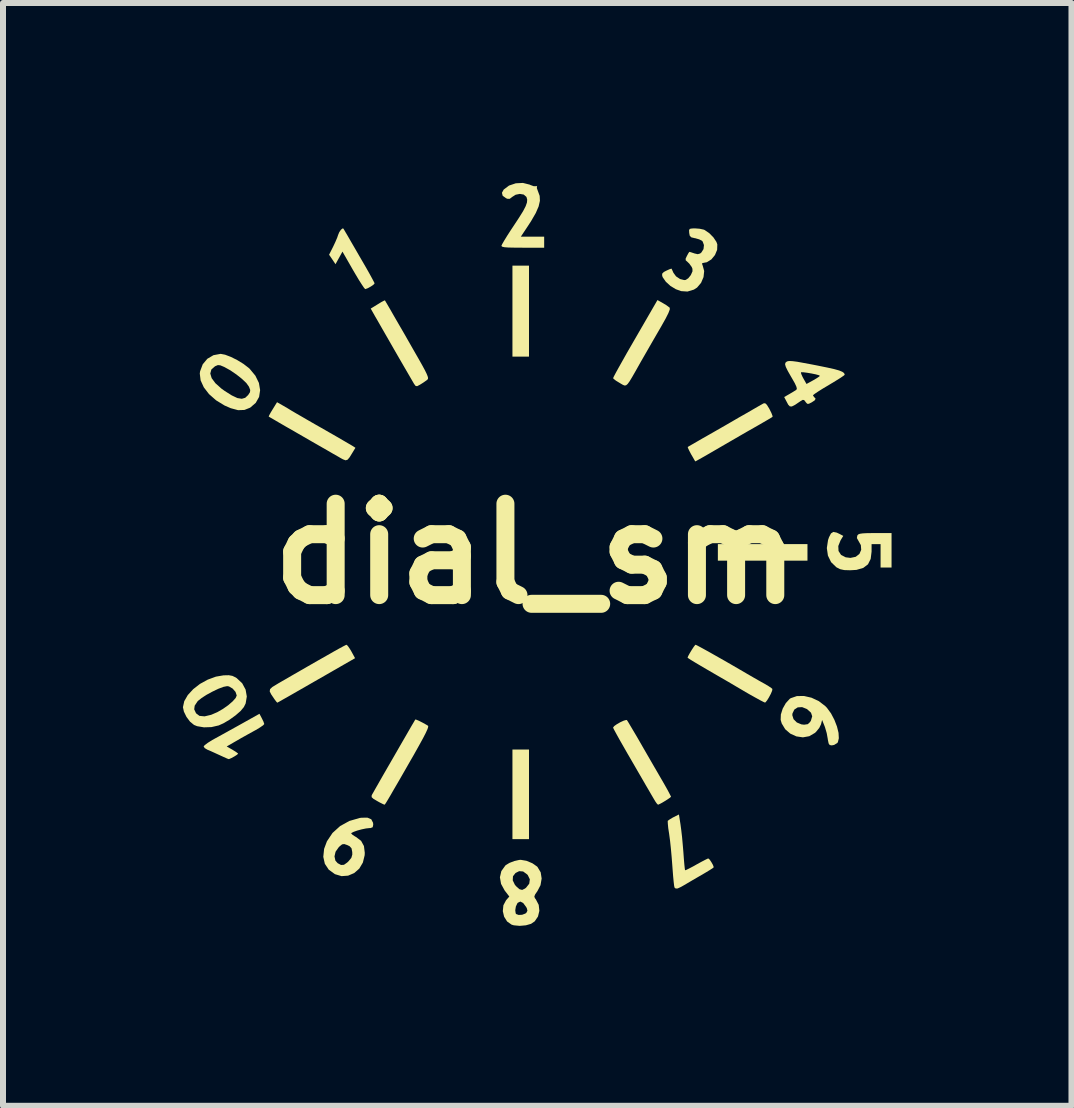
<source format=kicad_pcb>
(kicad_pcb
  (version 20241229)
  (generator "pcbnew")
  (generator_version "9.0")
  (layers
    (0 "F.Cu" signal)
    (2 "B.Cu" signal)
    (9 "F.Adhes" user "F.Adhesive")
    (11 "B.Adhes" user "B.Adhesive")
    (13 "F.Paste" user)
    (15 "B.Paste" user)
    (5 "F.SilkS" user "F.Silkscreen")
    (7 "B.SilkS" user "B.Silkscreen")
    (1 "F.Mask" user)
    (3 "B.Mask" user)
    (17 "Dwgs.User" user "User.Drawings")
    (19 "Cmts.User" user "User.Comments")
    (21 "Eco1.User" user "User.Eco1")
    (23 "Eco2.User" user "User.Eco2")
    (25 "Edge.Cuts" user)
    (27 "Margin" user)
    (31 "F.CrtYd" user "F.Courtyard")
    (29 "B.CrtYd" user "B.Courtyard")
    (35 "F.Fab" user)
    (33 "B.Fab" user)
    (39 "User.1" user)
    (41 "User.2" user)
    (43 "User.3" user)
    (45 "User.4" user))
  (footprint "dial_sm"
    (layer "F.Cu")
    (at 5.885 6.183)
    (property "Reference" "dial_sm" (at 0 0 0) (layer "F.SilkS") (effects (font (size 1.524 1.524) (thickness 0.3))))
    (attr board_only exclude_from_pos_files exclude_from_bom)
    (fp_poly (pts (xy -0.115 -3.287) (xy -0.391 -3.287) (xy -0.391 -4.804) (xy -0.115 -4.804)) (stroke (width 0) (type solid)) (fill yes) (layer "F.SilkS"))
    (fp_poly (pts (xy -0.115 4.758) (xy -0.391 4.758) (xy -0.391 3.264) (xy -0.115 3.264)) (stroke (width 0) (type solid)) (fill yes) (layer "F.SilkS"))
    (fp_poly (pts (xy 4.528 0.115) (xy 3.034 0.115) (xy 3.034 -0.161) (xy 4.528 -0.161)) (stroke (width 0) (type solid)) (fill yes) (layer "F.SilkS"))
    (fp_poly (pts (xy -3.136 1.536) (xy -3.103 1.584) (xy -3.076 1.629) (xy -3.015 1.741) (xy -3.386 1.954) (xy -3.53 2.037) (xy -3.684 2.125) (xy -3.835 2.212) (xy -3.968 2.288) (xy -4.032 2.325) (xy -4.132 2.382) (xy -4.217 2.43) (xy -4.278 2.465) (xy -4.31 2.482) (xy -4.312 2.483) (xy -4.328 2.466) (xy -4.359 2.425) (xy -4.363 2.419) (xy -4.413 2.345) (xy -4.438 2.295) (xy -4.432 2.257) (xy -4.395 2.222) (xy -4.321 2.177) (xy -4.293 2.16) (xy -4.037 2.012) (xy -3.818 1.886) (xy -3.635 1.781) (xy -3.485 1.696) (xy -3.366 1.628) (xy -3.276 1.578) (xy -3.213 1.544) (xy -3.174 1.524) (xy -3.158 1.517) (xy -3.158 1.517)) (stroke (width 0) (type solid)) (fill yes) (layer "F.SilkS"))
    (fp_poly (pts (xy 2.118 -4.179) (xy 2.179 -4.142) (xy 2.223 -4.109) (xy 2.232 -4.101) (xy 2.232 -4.072) (xy 2.209 -4.012) (xy 2.162 -3.919) (xy 2.09 -3.791) (xy 2.089 -3.789) (xy 2.014 -3.66) (xy 1.926 -3.508) (xy 1.836 -3.351) (xy 1.753 -3.207) (xy 1.74 -3.184) (xy 1.663 -3.047) (xy 1.605 -2.946) (xy 1.562 -2.875) (xy 1.53 -2.831) (xy 1.504 -2.809) (xy 1.48 -2.805) (xy 1.453 -2.815) (xy 1.42 -2.834) (xy 1.397 -2.848) (xy 1.336 -2.885) (xy 1.296 -2.916) (xy 1.288 -2.929) (xy 1.299 -2.954) (xy 1.33 -3.013) (xy 1.379 -3.102) (xy 1.443 -3.216) (xy 1.519 -3.351) (xy 1.605 -3.5) (xy 1.657 -3.59) (xy 2.027 -4.23)) (stroke (width 0) (type solid)) (fill yes) (layer "F.SilkS"))
    (fp_poly (pts (xy -3.21 -5.422) (xy -3.196 -5.399) (xy -3.167 -5.349) (xy -3.15 -5.321) (xy -3.121 -5.271) (xy -3.074 -5.189) (xy -3.014 -5.086) (xy -2.946 -4.968) (xy -2.893 -4.877) (xy -2.827 -4.763) (xy -2.77 -4.662) (xy -2.726 -4.581) (xy -2.698 -4.528) (xy -2.689 -4.509) (xy -2.707 -4.487) (xy -2.75 -4.457) (xy -2.8 -4.429) (xy -2.84 -4.414) (xy -2.845 -4.413) (xy -2.864 -4.432) (xy -2.9 -4.485) (xy -2.95 -4.563) (xy -3.009 -4.662) (xy -3.046 -4.725) (xy -3.225 -5.038) (xy -3.341 -4.828) (xy -3.394 -4.907) (xy -3.448 -4.986) (xy -3.381 -5.119) (xy -3.343 -5.2) (xy -3.312 -5.273) (xy -3.298 -5.315) (xy -3.278 -5.363) (xy -3.249 -5.404) (xy -3.222 -5.425)) (stroke (width 0) (type solid)) (fill yes) (layer "F.SilkS"))
    (fp_poly (pts (xy -4.57 2.742) (xy -4.543 2.797) (xy -4.53 2.835) (xy -4.529 2.839) (xy -4.548 2.86) (xy -4.598 2.895) (xy -4.669 2.938) (xy -4.695 2.952) (xy -4.8 3.01) (xy -4.913 3.073) (xy -5.008 3.128) (xy -5.155 3.213) (xy -5.06 3.267) (xy -5.005 3.301) (xy -4.971 3.326) (xy -4.965 3.333) (xy -4.983 3.351) (xy -5.025 3.378) (xy -5.074 3.405) (xy -5.113 3.422) (xy -5.122 3.424) (xy -5.149 3.414) (xy -5.205 3.389) (xy -5.275 3.357) (xy -5.358 3.319) (xy -5.433 3.285) (xy -5.477 3.267) (xy -5.522 3.24) (xy -5.54 3.213) (xy -5.521 3.19) (xy -5.47 3.152) (xy -5.395 3.105) (xy -5.339 3.074) (xy -5.235 3.017) (xy -5.109 2.947) (xy -4.977 2.874) (xy -4.873 2.816) (xy -4.609 2.668)) (stroke (width 0) (type solid)) (fill yes) (layer "F.SilkS"))
    (fp_poly (pts (xy -2.505 -4.204) (xy -2.472 -4.148) (xy -2.422 -4.062) (xy -2.358 -3.95) (xy -2.281 -3.817) (xy -2.195 -3.669) (xy -2.141 -3.574) (xy -2.04 -3.397) (xy -1.959 -3.256) (xy -1.897 -3.146) (xy -1.852 -3.063) (xy -1.822 -3.002) (xy -1.805 -2.96) (xy -1.798 -2.933) (xy -1.8 -2.915) (xy -1.81 -2.902) (xy -1.821 -2.893) (xy -1.878 -2.853) (xy -1.934 -2.818) (xy -1.98 -2.794) (xy -2.005 -2.798) (xy -2.031 -2.832) (xy -2.05 -2.865) (xy -2.089 -2.932) (xy -2.143 -3.025) (xy -2.21 -3.14) (xy -2.284 -3.268) (xy -2.363 -3.405) (xy -2.442 -3.543) (xy -2.519 -3.677) (xy -2.589 -3.799) (xy -2.649 -3.904) (xy -2.68 -3.957) (xy -2.754 -4.088) (xy -2.638 -4.159) (xy -2.576 -4.197) (xy -2.532 -4.22) (xy -2.517 -4.225)) (stroke (width 0) (type solid)) (fill yes) (layer "F.SilkS"))
    (fp_poly (pts (xy -4.209 -2.466) (xy -4.145 -2.429) (xy -4.096 -2.399) (xy -4.08 -2.389) (xy -4.054 -2.374) (xy -3.995 -2.339) (xy -3.906 -2.288) (xy -3.796 -2.224) (xy -3.669 -2.151) (xy -3.586 -2.104) (xy -3.45 -2.026) (xy -3.324 -1.954) (xy -3.216 -1.891) (xy -3.132 -1.842) (xy -3.077 -1.81) (xy -3.062 -1.801) (xy -3.009 -1.767) (xy -3.06 -1.683) (xy -3.106 -1.608) (xy -3.14 -1.568) (xy -3.173 -1.558) (xy -3.216 -1.574) (xy -3.253 -1.594) (xy -3.297 -1.62) (xy -3.375 -1.664) (xy -3.48 -1.725) (xy -3.606 -1.797) (xy -3.747 -1.878) (xy -3.896 -1.964) (xy -4.04 -2.047) (xy -4.171 -2.122) (xy -4.283 -2.187) (xy -4.37 -2.238) (xy -4.429 -2.272) (xy -4.454 -2.287) (xy -4.455 -2.287) (xy -4.447 -2.308) (xy -4.421 -2.356) (xy -4.388 -2.41) (xy -4.316 -2.527)) (stroke (width 0) (type solid)) (fill yes) (layer "F.SilkS"))
    (fp_poly (pts (xy 3.85 -2.485) (xy 3.887 -2.426) (xy 3.895 -2.411) (xy 3.927 -2.347) (xy 3.945 -2.299) (xy 3.946 -2.283) (xy 3.921 -2.267) (xy 3.866 -2.234) (xy 3.79 -2.19) (xy 3.742 -2.162) (xy 3.651 -2.11) (xy 3.533 -2.043) (xy 3.403 -1.968) (xy 3.274 -1.893) (xy 3.241 -1.874) (xy 3.065 -1.772) (xy 2.917 -1.686) (xy 2.801 -1.619) (xy 2.717 -1.572) (xy 2.669 -1.545) (xy 2.658 -1.54) (xy 2.646 -1.558) (xy 2.619 -1.606) (xy 2.589 -1.657) (xy 2.556 -1.72) (xy 2.535 -1.765) (xy 2.532 -1.78) (xy 2.554 -1.794) (xy 2.608 -1.825) (xy 2.686 -1.87) (xy 2.779 -1.924) (xy 2.781 -1.925) (xy 2.885 -1.984) (xy 3.016 -2.059) (xy 3.161 -2.142) (xy 3.306 -2.226) (xy 3.39 -2.275) (xy 3.51 -2.343) (xy 3.617 -2.405) (xy 3.705 -2.456) (xy 3.767 -2.491) (xy 3.795 -2.507) (xy 3.822 -2.51)) (stroke (width 0) (type solid)) (fill yes) (layer "F.SilkS"))
    (fp_poly (pts (xy -1.989 2.768) (xy -1.942 2.789) (xy -1.883 2.819) (xy -1.826 2.851) (xy -1.798 2.868) (xy -1.795 2.885) (xy -1.807 2.923) (xy -1.836 2.987) (xy -1.883 3.078) (xy -1.95 3.2) (xy -2.038 3.357) (xy -2.105 3.473) (xy -2.212 3.66) (xy -2.299 3.811) (xy -2.368 3.929) (xy -2.42 4.02) (xy -2.459 4.086) (xy -2.486 4.131) (xy -2.504 4.16) (xy -2.515 4.175) (xy -2.521 4.182) (xy -2.525 4.183) (xy -2.528 4.183) (xy -2.553 4.172) (xy -2.605 4.146) (xy -2.648 4.122) (xy -2.71 4.085) (xy -2.738 4.059) (xy -2.739 4.033) (xy -2.731 4.014) (xy -2.713 3.983) (xy -2.677 3.919) (xy -2.626 3.83) (xy -2.563 3.719) (xy -2.491 3.594) (xy -2.413 3.459) (xy -2.334 3.322) (xy -2.257 3.188) (xy -2.184 3.062) (xy -2.12 2.951) (xy -2.068 2.861) (xy -2.03 2.797) (xy -2.012 2.765) (xy -2.01 2.763)) (stroke (width 0) (type solid)) (fill yes) (layer "F.SilkS"))
    (fp_poly (pts (xy 5.015 -0.353) (xy 5.058 -0.333) (xy 5.125 -0.298) (xy 5.08 -0.224) (xy 5.042 -0.129) (xy 5.046 -0.046) (xy 5.088 0.019) (xy 5.165 0.059) (xy 5.244 0.069) (xy 5.332 0.051) (xy 5.394 0.003) (xy 5.424 -0.066) (xy 5.418 -0.144) (xy 5.381 -0.21) (xy 5.352 -0.262) (xy 5.359 -0.304) (xy 5.374 -0.322) (xy 5.401 -0.333) (xy 5.449 -0.34) (xy 5.526 -0.344) (xy 5.641 -0.345) (xy 5.655 -0.345) (xy 5.93 -0.345) (xy 5.93 0.23) (xy 5.747 0.23) (xy 5.747 -0.161) (xy 5.597 -0.161) (xy 5.597 -0.036) (xy 5.582 0.086) (xy 5.537 0.176) (xy 5.458 0.236) (xy 5.344 0.269) (xy 5.239 0.275) (xy 5.141 0.272) (xy 5.072 0.257) (xy 5.013 0.227) (xy 5.009 0.224) (xy 4.922 0.14) (xy 4.869 0.031) (xy 4.851 -0.095) (xy 4.871 -0.228) (xy 4.887 -0.275) (xy 4.92 -0.339) (xy 4.959 -0.364)) (stroke (width 0) (type solid)) (fill yes) (layer "F.SilkS"))
    (fp_poly (pts (xy 2.687 1.528) (xy 2.747 1.56) (xy 2.838 1.61) (xy 2.954 1.675) (xy 3.09 1.752) (xy 3.242 1.839) (xy 3.402 1.932) (xy 3.517 1.999) (xy 3.629 2.064) (xy 3.727 2.12) (xy 3.799 2.16) (xy 3.81 2.166) (xy 3.876 2.205) (xy 3.925 2.238) (xy 3.943 2.254) (xy 3.939 2.283) (xy 3.918 2.334) (xy 3.886 2.394) (xy 3.854 2.446) (xy 3.827 2.478) (xy 3.819 2.481) (xy 3.794 2.47) (xy 3.739 2.442) (xy 3.665 2.401) (xy 3.643 2.389) (xy 3.563 2.344) (xy 3.495 2.305) (xy 3.453 2.28) (xy 3.448 2.277) (xy 3.414 2.257) (xy 3.351 2.22) (xy 3.268 2.171) (xy 3.207 2.135) (xy 3.015 2.024) (xy 2.86 1.934) (xy 2.739 1.863) (xy 2.648 1.809) (xy 2.585 1.771) (xy 2.547 1.746) (xy 2.53 1.733) (xy 2.529 1.731) (xy 2.54 1.704) (xy 2.567 1.655) (xy 2.601 1.599) (xy 2.634 1.549) (xy 2.657 1.52) (xy 2.661 1.517)) (stroke (width 0) (type solid)) (fill yes) (layer "F.SilkS"))
    (fp_poly (pts (xy 1.517 2.773) (xy 1.534 2.798) (xy 1.569 2.857) (xy 1.62 2.943) (xy 1.684 3.051) (xy 1.755 3.174) (xy 1.78 3.218) (xy 1.854 3.346) (xy 1.921 3.462) (xy 1.977 3.559) (xy 2.019 3.631) (xy 2.043 3.672) (xy 2.046 3.678) (xy 2.099 3.769) (xy 2.152 3.861) (xy 2.198 3.943) (xy 2.232 4.008) (xy 2.251 4.045) (xy 2.253 4.051) (xy 2.235 4.068) (xy 2.191 4.098) (xy 2.135 4.133) (xy 2.081 4.164) (xy 2.043 4.182) (xy 2.036 4.184) (xy 2.017 4.166) (xy 1.993 4.132) (xy 1.966 4.087) (xy 1.925 4.017) (xy 1.877 3.934) (xy 1.868 3.919) (xy 1.827 3.849) (xy 1.769 3.748) (xy 1.698 3.626) (xy 1.62 3.491) (xy 1.54 3.353) (xy 1.531 3.338) (xy 1.459 3.212) (xy 1.395 3.1) (xy 1.343 3.006) (xy 1.306 2.938) (xy 1.288 2.902) (xy 1.287 2.898) (xy 1.306 2.873) (xy 1.351 2.841) (xy 1.409 2.808) (xy 1.466 2.782) (xy 1.507 2.771)) (stroke (width 0) (type solid)) (fill yes) (layer "F.SilkS"))
    (fp_poly (pts (xy -0.104 -6.155) (xy -0.09 -6.148) (xy -0.035 -6.128) (xy 0.005 -6.128) (xy 0.006 -6.129) (xy 0.023 -6.133) (xy 0.018 -6.127) (xy 0.016 -6.096) (xy 0.034 -6.046) (xy 0.035 -6.044) (xy 0.063 -5.967) (xy 0.067 -5.885) (xy 0.046 -5.792) (xy -0.002 -5.681) (xy -0.08 -5.546) (xy -0.134 -5.463) (xy -0.251 -5.287) (xy 0.138 -5.287) (xy 0.138 -5.103) (xy -0.218 -5.103) (xy -0.358 -5.104) (xy -0.458 -5.106) (xy -0.524 -5.111) (xy -0.56 -5.119) (xy -0.574 -5.131) (xy -0.575 -5.134) (xy -0.562 -5.163) (xy -0.528 -5.222) (xy -0.477 -5.305) (xy -0.413 -5.404) (xy -0.369 -5.47) (xy -0.279 -5.607) (xy -0.213 -5.713) (xy -0.171 -5.794) (xy -0.149 -5.856) (xy -0.145 -5.904) (xy -0.156 -5.945) (xy -0.16 -5.952) (xy -0.203 -5.989) (xy -0.268 -6) (xy -0.338 -5.986) (xy -0.393 -5.951) (xy -0.436 -5.918) (xy -0.477 -5.919) (xy -0.497 -5.928) (xy -0.554 -5.969) (xy -0.566 -6.019) (xy -0.537 -6.072) (xy -0.448 -6.139) (xy -0.335 -6.177) (xy -0.216 -6.183)) (stroke (width 0) (type solid)) (fill yes) (layer "F.SilkS"))
    (fp_poly (pts (xy 2.411 4.512) (xy 2.423 4.602) (xy 2.437 4.722) (xy 2.449 4.855) (xy 2.459 4.973) (xy 2.467 5.084) (xy 2.475 5.178) (xy 2.482 5.245) (xy 2.487 5.276) (xy 2.488 5.277) (xy 2.51 5.27) (xy 2.562 5.244) (xy 2.636 5.205) (xy 2.676 5.182) (xy 2.758 5.137) (xy 2.825 5.102) (xy 2.867 5.082) (xy 2.875 5.08) (xy 2.896 5.098) (xy 2.925 5.14) (xy 2.952 5.188) (xy 2.965 5.224) (xy 2.965 5.227) (xy 2.947 5.243) (xy 2.897 5.275) (xy 2.826 5.318) (xy 2.799 5.334) (xy 2.699 5.392) (xy 2.594 5.453) (xy 2.506 5.505) (xy 2.502 5.508) (xy 2.419 5.555) (xy 2.365 5.58) (xy 2.332 5.582) (xy 2.312 5.566) (xy 2.311 5.565) (xy 2.305 5.535) (xy 2.297 5.469) (xy 2.288 5.374) (xy 2.279 5.258) (xy 2.275 5.203) (xy 2.264 5.061) (xy 2.251 4.917) (xy 2.237 4.785) (xy 2.223 4.681) (xy 2.221 4.666) (xy 2.207 4.576) (xy 2.2 4.503) (xy 2.198 4.46) (xy 2.199 4.453) (xy 2.225 4.433) (xy 2.276 4.402) (xy 2.297 4.391) (xy 2.385 4.347)) (stroke (width 0) (type solid)) (fill yes) (layer "F.SilkS"))
    (fp_poly (pts (xy -5.182 -3.319) (xy -5.085 -3.282) (xy -4.979 -3.229) (xy -4.876 -3.166) (xy -4.789 -3.099) (xy -4.773 -3.085) (xy -4.677 -2.969) (xy -4.618 -2.848) (xy -4.598 -2.728) (xy -4.615 -2.615) (xy -4.671 -2.516) (xy -4.764 -2.436) (xy -4.859 -2.398) (xy -4.965 -2.394) (xy -5.088 -2.427) (xy -5.191 -2.472) (xy -5.333 -2.559) (xy -5.45 -2.662) (xy -5.537 -2.775) (xy -5.59 -2.891) (xy -5.604 -3.005) (xy -5.429 -3.005) (xy -5.406 -2.928) (xy -5.343 -2.843) (xy -5.242 -2.753) (xy -5.189 -2.715) (xy -5.07 -2.64) (xy -4.977 -2.596) (xy -4.904 -2.584) (xy -4.847 -2.6) (xy -4.798 -2.646) (xy -4.796 -2.649) (xy -4.767 -2.694) (xy -4.763 -2.73) (xy -4.782 -2.78) (xy -4.787 -2.79) (xy -4.828 -2.847) (xy -4.901 -2.916) (xy -4.993 -2.989) (xy -5.094 -3.058) (xy -5.195 -3.114) (xy -5.202 -3.117) (xy -5.262 -3.142) (xy -5.302 -3.146) (xy -5.345 -3.128) (xy -5.351 -3.125) (xy -5.411 -3.072) (xy -5.429 -3.005) (xy -5.604 -3.005) (xy -5.604 -3.005) (xy -5.599 -3.042) (xy -5.555 -3.159) (xy -5.478 -3.251) (xy -5.376 -3.311) (xy -5.257 -3.333) (xy -5.256 -3.333)) (stroke (width 0) (type solid)) (fill yes) (layer "F.SilkS"))
    (fp_poly (pts (xy -5.06 2.036) (xy -5.006 2.062) (xy -4.989 2.073) (xy -4.897 2.159) (xy -4.84 2.265) (xy -4.82 2.38) (xy -4.839 2.495) (xy -4.869 2.556) (xy -4.924 2.622) (xy -5.008 2.695) (xy -5.108 2.767) (xy -5.21 2.827) (xy -5.288 2.862) (xy -5.409 2.89) (xy -5.535 2.894) (xy -5.648 2.875) (xy -5.7 2.854) (xy -5.766 2.8) (xy -5.826 2.72) (xy -5.869 2.632) (xy -5.877 2.594) (xy -5.697 2.594) (xy -5.667 2.658) (xy -5.665 2.661) (xy -5.609 2.703) (xy -5.524 2.711) (xy -5.414 2.685) (xy -5.312 2.641) (xy -5.218 2.587) (xy -5.13 2.525) (xy -5.056 2.461) (xy -5.006 2.405) (xy -4.988 2.363) (xy -5.008 2.303) (xy -5.056 2.248) (xy -5.117 2.212) (xy -5.148 2.207) (xy -5.209 2.219) (xy -5.294 2.251) (xy -5.392 2.298) (xy -5.49 2.351) (xy -5.574 2.405) (xy -5.634 2.453) (xy -5.642 2.462) (xy -5.689 2.533) (xy -5.697 2.594) (xy -5.877 2.594) (xy -5.885 2.559) (xy -5.863 2.458) (xy -5.804 2.356) (xy -5.714 2.258) (xy -5.601 2.17) (xy -5.472 2.099) (xy -5.336 2.049) (xy -5.208 2.027) (xy -5.12 2.025)) (stroke (width 0) (type solid)) (fill yes) (layer "F.SilkS"))
    (fp_poly (pts (xy -2.745 4.427) (xy -2.715 4.485) (xy -2.712 4.518) (xy -2.721 4.559) (xy -2.755 4.573) (xy -2.777 4.574) (xy -2.833 4.58) (xy -2.905 4.595) (xy -2.978 4.615) (xy -3.04 4.637) (xy -3.076 4.656) (xy -3.08 4.662) (xy -3.062 4.682) (xy -3.016 4.713) (xy -2.998 4.723) (xy -2.914 4.787) (xy -2.867 4.873) (xy -2.853 4.986) (xy -2.855 5.027) (xy -2.885 5.149) (xy -2.945 5.25) (xy -3.03 5.324) (xy -3.131 5.367) (xy -3.24 5.375) (xy -3.351 5.342) (xy -3.352 5.341) (xy -3.454 5.267) (xy -3.519 5.169) (xy -3.545 5.052) (xy -3.544 5.046) (xy -3.358 5.046) (xy -3.343 5.116) (xy -3.305 5.159) (xy -3.249 5.189) (xy -3.2 5.186) (xy -3.146 5.148) (xy -3.123 5.126) (xy -3.077 5.07) (xy -3.061 5.015) (xy -3.062 4.973) (xy -3.074 4.911) (xy -3.106 4.876) (xy -3.145 4.857) (xy -3.195 4.84) (xy -3.231 4.845) (xy -3.271 4.877) (xy -3.288 4.894) (xy -3.34 4.968) (xy -3.358 5.046) (xy -3.544 5.046) (xy -3.531 4.92) (xy -3.484 4.794) (xy -3.391 4.655) (xy -3.264 4.54) (xy -3.11 4.455) (xy -2.937 4.405) (xy -2.906 4.401) (xy -2.808 4.4)) (stroke (width 0) (type solid)) (fill yes) (layer "F.SilkS"))
    (fp_poly (pts (xy 4.595 2.4) (xy 4.717 2.457) (xy 4.824 2.539) (xy 4.853 2.569) (xy 4.921 2.662) (xy 4.977 2.769) (xy 5.02 2.88) (xy 5.046 2.986) (xy 5.051 3.076) (xy 5.035 3.142) (xy 5.023 3.157) (xy 4.97 3.188) (xy 4.932 3.195) (xy 4.899 3.189) (xy 4.881 3.163) (xy 4.869 3.106) (xy 4.866 3.085) (xy 4.849 2.991) (xy 4.821 2.895) (xy 4.813 2.873) (xy 4.772 2.771) (xy 4.754 2.843) (xy 4.725 2.903) (xy 4.674 2.966) (xy 4.654 2.986) (xy 4.558 3.042) (xy 4.452 3.061) (xy 4.343 3.045) (xy 4.242 2.999) (xy 4.157 2.926) (xy 4.099 2.83) (xy 4.081 2.769) (xy 4.084 2.691) (xy 4.275 2.691) (xy 4.296 2.758) (xy 4.351 2.813) (xy 4.428 2.845) (xy 4.473 2.85) (xy 4.534 2.841) (xy 4.572 2.805) (xy 4.586 2.781) (xy 4.607 2.71) (xy 4.587 2.65) (xy 4.524 2.593) (xy 4.519 2.589) (xy 4.439 2.557) (xy 4.366 2.561) (xy 4.309 2.598) (xy 4.278 2.662) (xy 4.275 2.691) (xy 4.084 2.691) (xy 4.084 2.681) (xy 4.115 2.582) (xy 4.167 2.49) (xy 4.231 2.42) (xy 4.249 2.408) (xy 4.351 2.373) (xy 4.469 2.371)) (stroke (width 0) (type solid)) (fill yes) (layer "F.SilkS"))
    (fp_poly (pts (xy 2.731 -5.419) (xy 2.796 -5.405) (xy 2.812 -5.399) (xy 2.89 -5.346) (xy 2.96 -5.275) (xy 3.01 -5.2) (xy 3.025 -5.158) (xy 3.022 -5.068) (xy 2.986 -4.981) (xy 2.926 -4.908) (xy 2.851 -4.861) (xy 2.793 -4.85) (xy 2.769 -4.842) (xy 2.778 -4.811) (xy 2.781 -4.806) (xy 2.806 -4.714) (xy 2.795 -4.613) (xy 2.754 -4.517) (xy 2.687 -4.438) (xy 2.634 -4.404) (xy 2.527 -4.372) (xy 2.421 -4.379) (xy 2.333 -4.411) (xy 2.244 -4.465) (xy 2.167 -4.535) (xy 2.116 -4.608) (xy 2.106 -4.633) (xy 2.105 -4.669) (xy 2.133 -4.698) (xy 2.175 -4.72) (xy 2.228 -4.744) (xy 2.259 -4.754) (xy 2.262 -4.753) (xy 2.273 -4.73) (xy 2.293 -4.685) (xy 2.337 -4.625) (xy 2.403 -4.581) (xy 2.473 -4.563) (xy 2.499 -4.566) (xy 2.541 -4.594) (xy 2.582 -4.645) (xy 2.586 -4.653) (xy 2.611 -4.709) (xy 2.61 -4.752) (xy 2.597 -4.783) (xy 2.558 -4.837) (xy 2.525 -4.869) (xy 2.498 -4.893) (xy 2.497 -4.922) (xy 2.518 -4.966) (xy 2.543 -5.012) (xy 2.559 -5.034) (xy 2.56 -5.034) (xy 2.585 -5.027) (xy 2.634 -5.011) (xy 2.641 -5.008) (xy 2.698 -4.995) (xy 2.738 -5.006) (xy 2.759 -5.023) (xy 2.795 -5.08) (xy 2.802 -5.147) (xy 2.781 -5.205) (xy 2.769 -5.219) (xy 2.723 -5.242) (xy 2.657 -5.261) (xy 2.648 -5.262) (xy 2.591 -5.276) (xy 2.565 -5.303) (xy 2.556 -5.35) (xy 2.554 -5.396) (xy 2.566 -5.417) (xy 2.605 -5.424) (xy 2.655 -5.425)) (stroke (width 0) (type solid)) (fill yes) (layer "F.SilkS"))
    (fp_poly (pts (xy -0.158 5.119) (xy -0.059 5.16) (xy 0.02 5.215) (xy 0.027 5.223) (xy 0.08 5.311) (xy 0.096 5.415) (xy 0.077 5.526) (xy 0.026 5.624) (xy -0.012 5.679) (xy -0.026 5.714) (xy -0.017 5.741) (xy 0.000373 5.764) (xy 0.047 5.854) (xy 0.058 5.953) (xy 0.035 6.048) (xy -0.019 6.128) (xy -0.08 6.17) (xy -0.167 6.195) (xy -0.27 6.204) (xy -0.367 6.195) (xy -0.405 6.184) (xy -0.48 6.131) (xy -0.53 6.051) (xy -0.552 5.957) (xy -0.55 5.944) (xy -0.344 5.944) (xy -0.337 5.995) (xy -0.329 6.007) (xy -0.288 6.022) (xy -0.229 6.019) (xy -0.176 5.999) (xy -0.159 5.986) (xy -0.141 5.951) (xy -0.151 5.911) (xy -0.162 5.89) (xy -0.212 5.823) (xy -0.259 5.799) (xy -0.302 5.819) (xy -0.309 5.828) (xy -0.334 5.881) (xy -0.344 5.944) (xy -0.55 5.944) (xy -0.542 5.861) (xy -0.498 5.778) (xy -0.498 5.778) (xy -0.443 5.715) (xy -0.521 5.614) (xy -0.581 5.504) (xy -0.591 5.445) (xy -0.386 5.445) (xy -0.351 5.518) (xy -0.329 5.544) (xy -0.274 5.593) (xy -0.229 5.605) (xy -0.182 5.582) (xy -0.164 5.568) (xy -0.111 5.501) (xy -0.101 5.428) (xy -0.135 5.358) (xy -0.146 5.346) (xy -0.213 5.297) (xy -0.279 5.292) (xy -0.34 5.323) (xy -0.382 5.377) (xy -0.386 5.445) (xy -0.591 5.445) (xy -0.6 5.394) (xy -0.576 5.291) (xy -0.51 5.199) (xy -0.499 5.189) (xy -0.44 5.154) (xy -0.359 5.123) (xy -0.279 5.105) (xy -0.253 5.103)) (stroke (width 0) (type solid)) (fill yes) (layer "F.SilkS"))
    (fp_poly (pts (xy 4.284 -3.211) (xy 4.359 -3.201) (xy 4.463 -3.182) (xy 4.603 -3.156) (xy 4.7 -3.137) (xy 4.857 -3.105) (xy 4.974 -3.079) (xy 5.056 -3.056) (xy 5.109 -3.034) (xy 5.138 -3.013) (xy 5.148 -2.989) (xy 5.149 -2.984) (xy 5.13 -2.968) (xy 5.079 -2.933) (xy 5.002 -2.885) (xy 4.908 -2.828) (xy 4.885 -2.814) (xy 4.787 -2.756) (xy 4.706 -2.705) (xy 4.648 -2.666) (xy 4.621 -2.644) (xy 4.62 -2.641) (xy 4.637 -2.614) (xy 4.643 -2.609) (xy 4.664 -2.585) (xy 4.648 -2.557) (xy 4.598 -2.524) (xy 4.55 -2.5) (xy 4.523 -2.501) (xy 4.498 -2.529) (xy 4.496 -2.533) (xy 4.472 -2.563) (xy 4.449 -2.566) (xy 4.41 -2.543) (xy 4.398 -2.535) (xy 4.32 -2.482) (xy 4.268 -2.456) (xy 4.235 -2.457) (xy 4.208 -2.484) (xy 4.186 -2.525) (xy 4.14 -2.613) (xy 4.225 -2.662) (xy 4.286 -2.698) (xy 4.333 -2.727) (xy 4.341 -2.732) (xy 4.351 -2.75) (xy 4.344 -2.784) (xy 4.317 -2.843) (xy 4.267 -2.931) (xy 4.254 -2.953) (xy 4.213 -3.025) (xy 4.42 -3.025) (xy 4.423 -3.001) (xy 4.445 -2.951) (xy 4.46 -2.923) (xy 4.512 -2.831) (xy 4.623 -2.892) (xy 4.684 -2.928) (xy 4.725 -2.956) (xy 4.735 -2.967) (xy 4.715 -2.978) (xy 4.663 -2.992) (xy 4.594 -3.006) (xy 4.522 -3.018) (xy 4.46 -3.026) (xy 4.424 -3.027) (xy 4.42 -3.025) (xy 4.213 -3.025) (xy 4.199 -3.05) (xy 4.167 -3.115) (xy 4.155 -3.157) (xy 4.16 -3.183) (xy 4.162 -3.186) (xy 4.178 -3.201) (xy 4.2 -3.211) (xy 4.233 -3.214)) (stroke (width 0) (type solid)) (fill yes) (layer "F.SilkS")))
  (gr_rect
    (start -3 -3)
    (end 14.815 15.387)
    (stroke (width 0.1) (type default))
    (fill no)
    (layer "Edge.Cuts")))
</source>
